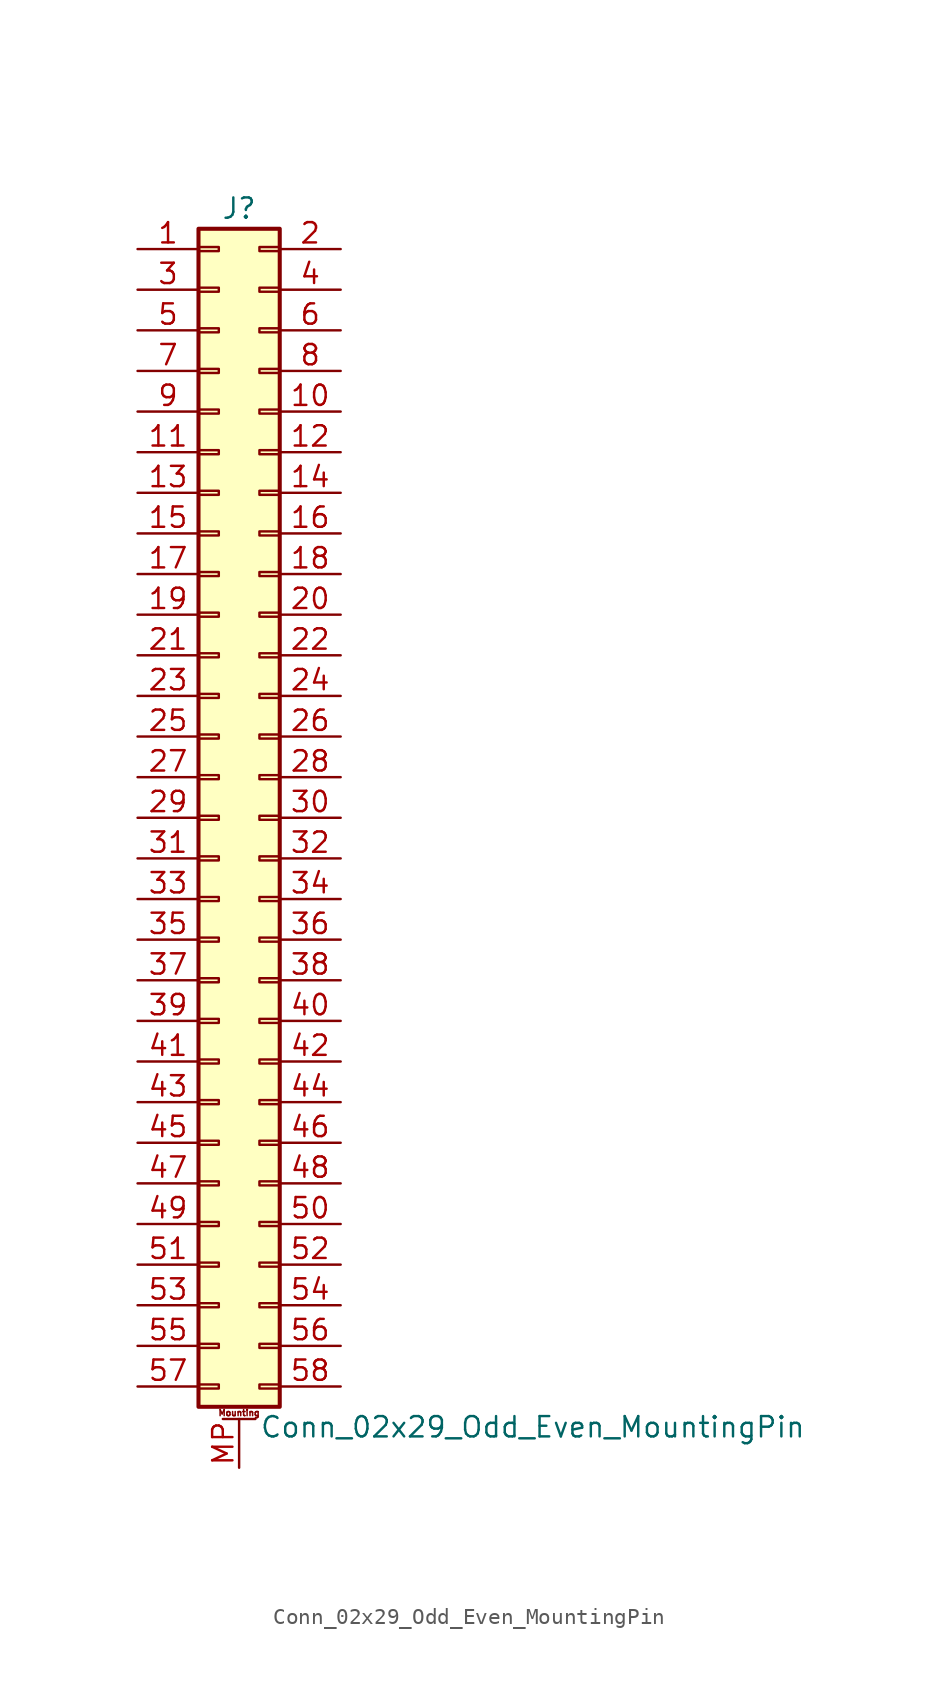
<source format=kicad_sym>
(kicad_symbol_lib
  (version 20211014)
  (generator kicad_symbol_editor)
  (symbol "Conn_02x29_Odd_Even_MountingPin"
    (pin_names
      (offset 1.016) hide)
    (property "Reference" "J"
      (at 1.27 38.1 0)
      (effects (font (size 1.27 1.27))))
    (property "Value" "Conn_02x29_Odd_Even_MountingPin"
      (at 2.54 -38.1 0)
      (effects (font (size 1.27 1.27)) (justify left)))
    (symbol "Conn_02x29_Odd_Even_MountingPin_1_1"
      (rectangle (start -1.27 -35.433) (end 0 -35.687) (stroke (width 0.152) (type default) (color 0 0 0 0)) (fill (type none)))
      (rectangle (start -1.27 -32.893) (end 0 -33.147) (stroke (width 0.152) (type default) (color 0 0 0 0)) (fill (type none)))
      (rectangle (start -1.27 -30.353) (end 0 -30.607) (stroke (width 0.152) (type default) (color 0 0 0 0)) (fill (type none)))
      (rectangle (start -1.27 -27.813) (end 0 -28.067) (stroke (width 0.152) (type default) (color 0 0 0 0)) (fill (type none)))
      (rectangle (start -1.27 -25.273) (end 0 -25.527) (stroke (width 0.152) (type default) (color 0 0 0 0)) (fill (type none)))
      (rectangle (start -1.27 -22.733) (end 0 -22.987) (stroke (width 0.152) (type default) (color 0 0 0 0)) (fill (type none)))
      (rectangle (start -1.27 -20.193) (end 0 -20.447) (stroke (width 0.152) (type default) (color 0 0 0 0)) (fill (type none)))
      (rectangle (start -1.27 -17.653) (end 0 -17.907) (stroke (width 0.152) (type default) (color 0 0 0 0)) (fill (type none)))
      (rectangle (start -1.27 -15.113) (end 0 -15.367) (stroke (width 0.152) (type default) (color 0 0 0 0)) (fill (type none)))
      (rectangle (start -1.27 -12.573) (end 0 -12.827) (stroke (width 0.152) (type default) (color 0 0 0 0)) (fill (type none)))
      (rectangle (start -1.27 -10.033) (end 0 -10.287) (stroke (width 0.152) (type default) (color 0 0 0 0)) (fill (type none)))
      (rectangle (start -1.27 -7.493) (end 0 -7.747) (stroke (width 0.152) (type default) (color 0 0 0 0)) (fill (type none)))
      (rectangle (start -1.27 -4.953) (end 0 -5.207) (stroke (width 0.152) (type default) (color 0 0 0 0)) (fill (type none)))
      (rectangle (start -1.27 -2.413) (end 0 -2.667) (stroke (width 0.152) (type default) (color 0 0 0 0)) (fill (type none)))
      (rectangle (start -1.27 0.127) (end 0 -0.127) (stroke (width 0.152) (type default) (color 0 0 0 0)) (fill (type none)))
      (rectangle (start -1.27 2.667) (end 0 2.413) (stroke (width 0.152) (type default) (color 0 0 0 0)) (fill (type none)))
      (rectangle (start -1.27 5.207) (end 0 4.953) (stroke (width 0.152) (type default) (color 0 0 0 0)) (fill (type none)))
      (rectangle (start -1.27 7.747) (end 0 7.493) (stroke (width 0.152) (type default) (color 0 0 0 0)) (fill (type none)))
      (rectangle (start -1.27 10.287) (end 0 10.033) (stroke (width 0.152) (type default) (color 0 0 0 0)) (fill (type none)))
      (rectangle (start -1.27 12.827) (end 0 12.573) (stroke (width 0.152) (type default) (color 0 0 0 0)) (fill (type none)))
      (rectangle (start -1.27 15.367) (end 0 15.113) (stroke (width 0.152) (type default) (color 0 0 0 0)) (fill (type none)))
      (rectangle (start -1.27 17.907) (end 0 17.653) (stroke (width 0.152) (type default) (color 0 0 0 0)) (fill (type none)))
      (rectangle (start -1.27 20.447) (end 0 20.193) (stroke (width 0.152) (type default) (color 0 0 0 0)) (fill (type none)))
      (rectangle (start -1.27 22.987) (end 0 22.733) (stroke (width 0.152) (type default) (color 0 0 0 0)) (fill (type none)))
      (rectangle (start -1.27 25.527) (end 0 25.273) (stroke (width 0.152) (type default) (color 0 0 0 0)) (fill (type none)))
      (rectangle (start -1.27 28.067) (end 0 27.813) (stroke (width 0.152) (type default) (color 0 0 0 0)) (fill (type none)))
      (rectangle (start -1.27 30.607) (end 0 30.353) (stroke (width 0.152) (type default) (color 0 0 0 0)) (fill (type none)))
      (rectangle (start -1.27 33.147) (end 0 32.893) (stroke (width 0.152) (type default) (color 0 0 0 0)) (fill (type none)))
      (rectangle (start -1.27 35.687) (end 0 35.433) (stroke (width 0.152) (type default) (color 0 0 0 0)) (fill (type none)))
      (rectangle (start -1.27 36.83) (end 3.81 -36.83) (stroke (width 0.254) (type default) (color 0 0 0 0)) (fill (type background)))
      (polyline (pts (xy 0.254 -37.592) (xy 2.286 -37.592)) (stroke (width 0.152) (type default) (color 0 0 0 0)) (fill (type none)))
      (rectangle (start 3.81 -35.433) (end 2.54 -35.687) (stroke (width 0.152) (type default) (color 0 0 0 0)) (fill (type none)))
      (rectangle (start 3.81 -32.893) (end 2.54 -33.147) (stroke (width 0.152) (type default) (color 0 0 0 0)) (fill (type none)))
      (rectangle (start 3.81 -30.353) (end 2.54 -30.607) (stroke (width 0.152) (type default) (color 0 0 0 0)) (fill (type none)))
      (rectangle (start 3.81 -27.813) (end 2.54 -28.067) (stroke (width 0.152) (type default) (color 0 0 0 0)) (fill (type none)))
      (rectangle (start 3.81 -25.273) (end 2.54 -25.527) (stroke (width 0.152) (type default) (color 0 0 0 0)) (fill (type none)))
      (rectangle (start 3.81 -22.733) (end 2.54 -22.987) (stroke (width 0.152) (type default) (color 0 0 0 0)) (fill (type none)))
      (rectangle (start 3.81 -20.193) (end 2.54 -20.447) (stroke (width 0.152) (type default) (color 0 0 0 0)) (fill (type none)))
      (rectangle (start 3.81 -17.653) (end 2.54 -17.907) (stroke (width 0.152) (type default) (color 0 0 0 0)) (fill (type none)))
      (rectangle (start 3.81 -15.113) (end 2.54 -15.367) (stroke (width 0.152) (type default) (color 0 0 0 0)) (fill (type none)))
      (rectangle (start 3.81 -12.573) (end 2.54 -12.827) (stroke (width 0.152) (type default) (color 0 0 0 0)) (fill (type none)))
      (rectangle (start 3.81 -10.033) (end 2.54 -10.287) (stroke (width 0.152) (type default) (color 0 0 0 0)) (fill (type none)))
      (rectangle (start 3.81 -7.493) (end 2.54 -7.747) (stroke (width 0.152) (type default) (color 0 0 0 0)) (fill (type none)))
      (rectangle (start 3.81 -4.953) (end 2.54 -5.207) (stroke (width 0.152) (type default) (color 0 0 0 0)) (fill (type none)))
      (rectangle (start 3.81 -2.413) (end 2.54 -2.667) (stroke (width 0.152) (type default) (color 0 0 0 0)) (fill (type none)))
      (rectangle (start 3.81 0.127) (end 2.54 -0.127) (stroke (width 0.152) (type default) (color 0 0 0 0)) (fill (type none)))
      (rectangle (start 3.81 2.667) (end 2.54 2.413) (stroke (width 0.152) (type default) (color 0 0 0 0)) (fill (type none)))
      (rectangle (start 3.81 5.207) (end 2.54 4.953) (stroke (width 0.152) (type default) (color 0 0 0 0)) (fill (type none)))
      (rectangle (start 3.81 7.747) (end 2.54 7.493) (stroke (width 0.152) (type default) (color 0 0 0 0)) (fill (type none)))
      (rectangle (start 3.81 10.287) (end 2.54 10.033) (stroke (width 0.152) (type default) (color 0 0 0 0)) (fill (type none)))
      (rectangle (start 3.81 12.827) (end 2.54 12.573) (stroke (width 0.152) (type default) (color 0 0 0 0)) (fill (type none)))
      (rectangle (start 3.81 15.367) (end 2.54 15.113) (stroke (width 0.152) (type default) (color 0 0 0 0)) (fill (type none)))
      (rectangle (start 3.81 17.907) (end 2.54 17.653) (stroke (width 0.152) (type default) (color 0 0 0 0)) (fill (type none)))
      (rectangle (start 3.81 20.447) (end 2.54 20.193) (stroke (width 0.152) (type default) (color 0 0 0 0)) (fill (type none)))
      (rectangle (start 3.81 22.987) (end 2.54 22.733) (stroke (width 0.152) (type default) (color 0 0 0 0)) (fill (type none)))
      (rectangle (start 3.81 25.527) (end 2.54 25.273) (stroke (width 0.152) (type default) (color 0 0 0 0)) (fill (type none)))
      (rectangle (start 3.81 28.067) (end 2.54 27.813) (stroke (width 0.152) (type default) (color 0 0 0 0)) (fill (type none)))
      (rectangle (start 3.81 30.607) (end 2.54 30.353) (stroke (width 0.152) (type default) (color 0 0 0 0)) (fill (type none)))
      (rectangle (start 3.81 33.147) (end 2.54 32.893) (stroke (width 0.152) (type default) (color 0 0 0 0)) (fill (type none)))
      (rectangle (start 3.81 35.687) (end 2.54 35.433) (stroke (width 0.152) (type default) (color 0 0 0 0)) (fill (type none)))
      (text "Mounting" (at 1.27 -37.211 0) (effects (font (size 0.381 0.381))))
      (pin passive line (at -5.08 35.56 0) (length 3.81) (name "Pin_1" (effects (font (size 1.27 1.27)))) (number "1" (effects (font (size 1.27 1.27)))))
      (pin passive line (at 7.62 25.4 180) (length 3.81) (name "Pin_10" (effects (font (size 1.27 1.27)))) (number "10" (effects (font (size 1.27 1.27)))))
      (pin passive line (at -5.08 22.86 0) (length 3.81) (name "Pin_11" (effects (font (size 1.27 1.27)))) (number "11" (effects (font (size 1.27 1.27)))))
      (pin passive line (at 7.62 22.86 180) (length 3.81) (name "Pin_12" (effects (font (size 1.27 1.27)))) (number "12" (effects (font (size 1.27 1.27)))))
      (pin passive line (at -5.08 20.32 0) (length 3.81) (name "Pin_13" (effects (font (size 1.27 1.27)))) (number "13" (effects (font (size 1.27 1.27)))))
      (pin passive line (at 7.62 20.32 180) (length 3.81) (name "Pin_14" (effects (font (size 1.27 1.27)))) (number "14" (effects (font (size 1.27 1.27)))))
      (pin passive line (at -5.08 17.78 0) (length 3.81) (name "Pin_15" (effects (font (size 1.27 1.27)))) (number "15" (effects (font (size 1.27 1.27)))))
      (pin passive line (at 7.62 17.78 180) (length 3.81) (name "Pin_16" (effects (font (size 1.27 1.27)))) (number "16" (effects (font (size 1.27 1.27)))))
      (pin passive line (at -5.08 15.24 0) (length 3.81) (name "Pin_17" (effects (font (size 1.27 1.27)))) (number "17" (effects (font (size 1.27 1.27)))))
      (pin passive line (at 7.62 15.24 180) (length 3.81) (name "Pin_18" (effects (font (size 1.27 1.27)))) (number "18" (effects (font (size 1.27 1.27)))))
      (pin passive line (at -5.08 12.7 0) (length 3.81) (name "Pin_19" (effects (font (size 1.27 1.27)))) (number "19" (effects (font (size 1.27 1.27)))))
      (pin passive line (at 7.62 35.56 180) (length 3.81) (name "Pin_2" (effects (font (size 1.27 1.27)))) (number "2" (effects (font (size 1.27 1.27)))))
      (pin passive line (at 7.62 12.7 180) (length 3.81) (name "Pin_20" (effects (font (size 1.27 1.27)))) (number "20" (effects (font (size 1.27 1.27)))))
      (pin passive line (at -5.08 10.16 0) (length 3.81) (name "Pin_21" (effects (font (size 1.27 1.27)))) (number "21" (effects (font (size 1.27 1.27)))))
      (pin passive line (at 7.62 10.16 180) (length 3.81) (name "Pin_22" (effects (font (size 1.27 1.27)))) (number "22" (effects (font (size 1.27 1.27)))))
      (pin passive line (at -5.08 7.62 0) (length 3.81) (name "Pin_23" (effects (font (size 1.27 1.27)))) (number "23" (effects (font (size 1.27 1.27)))))
      (pin passive line (at 7.62 7.62 180) (length 3.81) (name "Pin_24" (effects (font (size 1.27 1.27)))) (number "24" (effects (font (size 1.27 1.27)))))
      (pin passive line (at -5.08 5.08 0) (length 3.81) (name "Pin_25" (effects (font (size 1.27 1.27)))) (number "25" (effects (font (size 1.27 1.27)))))
      (pin passive line (at 7.62 5.08 180) (length 3.81) (name "Pin_26" (effects (font (size 1.27 1.27)))) (number "26" (effects (font (size 1.27 1.27)))))
      (pin passive line (at -5.08 2.54 0) (length 3.81) (name "Pin_27" (effects (font (size 1.27 1.27)))) (number "27" (effects (font (size 1.27 1.27)))))
      (pin passive line (at 7.62 2.54 180) (length 3.81) (name "Pin_28" (effects (font (size 1.27 1.27)))) (number "28" (effects (font (size 1.27 1.27)))))
      (pin passive line (at -5.08 0 0) (length 3.81) (name "Pin_29" (effects (font (size 1.27 1.27)))) (number "29" (effects (font (size 1.27 1.27)))))
      (pin passive line (at -5.08 33.02 0) (length 3.81) (name "Pin_3" (effects (font (size 1.27 1.27)))) (number "3" (effects (font (size 1.27 1.27)))))
      (pin passive line (at 7.62 0 180) (length 3.81) (name "Pin_30" (effects (font (size 1.27 1.27)))) (number "30" (effects (font (size 1.27 1.27)))))
      (pin passive line (at -5.08 -2.54 0) (length 3.81) (name "Pin_31" (effects (font (size 1.27 1.27)))) (number "31" (effects (font (size 1.27 1.27)))))
      (pin passive line (at 7.62 -2.54 180) (length 3.81) (name "Pin_32" (effects (font (size 1.27 1.27)))) (number "32" (effects (font (size 1.27 1.27)))))
      (pin passive line (at -5.08 -5.08 0) (length 3.81) (name "Pin_33" (effects (font (size 1.27 1.27)))) (number "33" (effects (font (size 1.27 1.27)))))
      (pin passive line (at 7.62 -5.08 180) (length 3.81) (name "Pin_34" (effects (font (size 1.27 1.27)))) (number "34" (effects (font (size 1.27 1.27)))))
      (pin passive line (at -5.08 -7.62 0) (length 3.81) (name "Pin_35" (effects (font (size 1.27 1.27)))) (number "35" (effects (font (size 1.27 1.27)))))
      (pin passive line (at 7.62 -7.62 180) (length 3.81) (name "Pin_36" (effects (font (size 1.27 1.27)))) (number "36" (effects (font (size 1.27 1.27)))))
      (pin passive line (at -5.08 -10.16 0) (length 3.81) (name "Pin_37" (effects (font (size 1.27 1.27)))) (number "37" (effects (font (size 1.27 1.27)))))
      (pin passive line (at 7.62 -10.16 180) (length 3.81) (name "Pin_38" (effects (font (size 1.27 1.27)))) (number "38" (effects (font (size 1.27 1.27)))))
      (pin passive line (at -5.08 -12.7 0) (length 3.81) (name "Pin_39" (effects (font (size 1.27 1.27)))) (number "39" (effects (font (size 1.27 1.27)))))
      (pin passive line (at 7.62 33.02 180) (length 3.81) (name "Pin_4" (effects (font (size 1.27 1.27)))) (number "4" (effects (font (size 1.27 1.27)))))
      (pin passive line (at 7.62 -12.7 180) (length 3.81) (name "Pin_40" (effects (font (size 1.27 1.27)))) (number "40" (effects (font (size 1.27 1.27)))))
      (pin passive line (at -5.08 -15.24 0) (length 3.81) (name "Pin_41" (effects (font (size 1.27 1.27)))) (number "41" (effects (font (size 1.27 1.27)))))
      (pin passive line (at 7.62 -15.24 180) (length 3.81) (name "Pin_42" (effects (font (size 1.27 1.27)))) (number "42" (effects (font (size 1.27 1.27)))))
      (pin passive line (at -5.08 -17.78 0) (length 3.81) (name "Pin_43" (effects (font (size 1.27 1.27)))) (number "43" (effects (font (size 1.27 1.27)))))
      (pin passive line (at 7.62 -17.78 180) (length 3.81) (name "Pin_44" (effects (font (size 1.27 1.27)))) (number "44" (effects (font (size 1.27 1.27)))))
      (pin passive line (at -5.08 -20.32 0) (length 3.81) (name "Pin_45" (effects (font (size 1.27 1.27)))) (number "45" (effects (font (size 1.27 1.27)))))
      (pin passive line (at 7.62 -20.32 180) (length 3.81) (name "Pin_46" (effects (font (size 1.27 1.27)))) (number "46" (effects (font (size 1.27 1.27)))))
      (pin passive line (at -5.08 -22.86 0) (length 3.81) (name "Pin_47" (effects (font (size 1.27 1.27)))) (number "47" (effects (font (size 1.27 1.27)))))
      (pin passive line (at 7.62 -22.86 180) (length 3.81) (name "Pin_48" (effects (font (size 1.27 1.27)))) (number "48" (effects (font (size 1.27 1.27)))))
      (pin passive line (at -5.08 -25.4 0) (length 3.81) (name "Pin_49" (effects (font (size 1.27 1.27)))) (number "49" (effects (font (size 1.27 1.27)))))
      (pin passive line (at -5.08 30.48 0) (length 3.81) (name "Pin_5" (effects (font (size 1.27 1.27)))) (number "5" (effects (font (size 1.27 1.27)))))
      (pin passive line (at 7.62 -25.4 180) (length 3.81) (name "Pin_50" (effects (font (size 1.27 1.27)))) (number "50" (effects (font (size 1.27 1.27)))))
      (pin passive line (at -5.08 -27.94 0) (length 3.81) (name "Pin_51" (effects (font (size 1.27 1.27)))) (number "51" (effects (font (size 1.27 1.27)))))
      (pin passive line (at 7.62 -27.94 180) (length 3.81) (name "Pin_52" (effects (font (size 1.27 1.27)))) (number "52" (effects (font (size 1.27 1.27)))))
      (pin passive line (at -5.08 -30.48 0) (length 3.81) (name "Pin_53" (effects (font (size 1.27 1.27)))) (number "53" (effects (font (size 1.27 1.27)))))
      (pin passive line (at 7.62 -30.48 180) (length 3.81) (name "Pin_54" (effects (font (size 1.27 1.27)))) (number "54" (effects (font (size 1.27 1.27)))))
      (pin passive line (at -5.08 -33.02 0) (length 3.81) (name "Pin_55" (effects (font (size 1.27 1.27)))) (number "55" (effects (font (size 1.27 1.27)))))
      (pin passive line (at 7.62 -33.02 180) (length 3.81) (name "Pin_56" (effects (font (size 1.27 1.27)))) (number "56" (effects (font (size 1.27 1.27)))))
      (pin passive line (at -5.08 -35.56 0) (length 3.81) (name "Pin_57" (effects (font (size 1.27 1.27)))) (number "57" (effects (font (size 1.27 1.27)))))
      (pin passive line (at 7.62 -35.56 180) (length 3.81) (name "Pin_58" (effects (font (size 1.27 1.27)))) (number "58" (effects (font (size 1.27 1.27)))))
      (pin passive line (at 7.62 30.48 180) (length 3.81) (name "Pin_6" (effects (font (size 1.27 1.27)))) (number "6" (effects (font (size 1.27 1.27)))))
      (pin passive line (at -5.08 27.94 0) (length 3.81) (name "Pin_7" (effects (font (size 1.27 1.27)))) (number "7" (effects (font (size 1.27 1.27)))))
      (pin passive line (at 7.62 27.94 180) (length 3.81) (name "Pin_8" (effects (font (size 1.27 1.27)))) (number "8" (effects (font (size 1.27 1.27)))))
      (pin passive line (at -5.08 25.4 0) (length 3.81) (name "Pin_9" (effects (font (size 1.27 1.27)))) (number "9" (effects (font (size 1.27 1.27)))))
      (pin passive line (at 1.27 -40.64 90) (length 3.048) (name "MountPin" (effects (font (size 1.27 1.27)))) (number "MP" (effects (font (size 1.27 1.27))))))))
</source>
